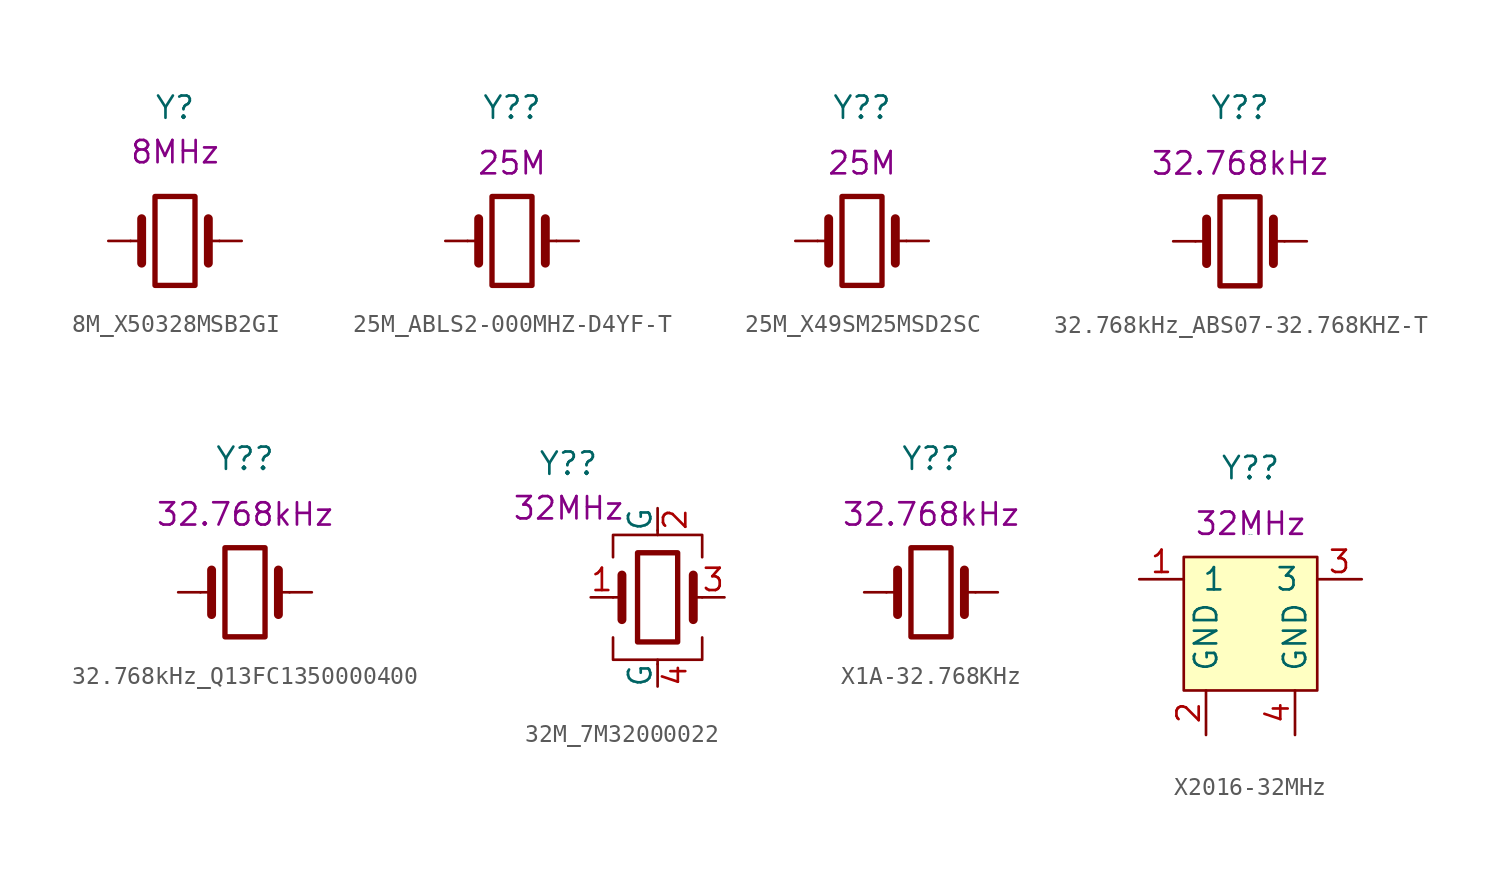
<source format=kicad_sym>
(kicad_symbol_lib
  (version 20231120)
  (generator "kicad_symbol_editor")
  (generator_version "8.0")
  (symbol "8M_X50328MSB2GI"
    (pin_numbers hide)
    (pin_names hide)
    (property "Reference" "Y"
      (at 0 7.62 0)
      (effects (font (size 1.27 1.27))))
    (property "UserValue" "8MHz"
      (at 0 5.08 0)
      (effects (font (size 1.27 1.27))))
    (symbol "8M_X50328MSB2GI_0_1"
      (rectangle (start -1.143 2.54) (end 1.143 -2.54) (stroke (width 0.305) (type default)) (fill (type none)))
      (polyline (pts (xy -2.54 0) (xy -1.905 0)) (stroke (width 0) (type default)) (fill (type none)))
      (polyline (pts (xy -1.905 -1.27) (xy -1.905 1.27)) (stroke (width 0.508) (type default)) (fill (type none)))
      (polyline (pts (xy 1.905 -1.27) (xy 1.905 1.27)) (stroke (width 0.508) (type default)) (fill (type none)))
      (polyline (pts (xy 2.54 0) (xy 1.905 0)) (stroke (width 0) (type default)) (fill (type none))))
    (symbol "8M_X50328MSB2GI_1_1"
      (pin passive line (at -3.81 0 0) (length 1.27) (name "1" (effects (font (size 1.27 1.27)))) (number "1" (effects (font (size 1.27 1.27)))))
      (pin passive line (at 3.81 0 180) (length 1.27) (name "2" (effects (font (size 1.27 1.27)))) (number "2" (effects (font (size 1.27 1.27)))))))
  (symbol "25M_ABLS2-000MHZ-D4YF-T"
    (pin_numbers hide)
    (pin_names
      (offset 1.016) hide)
    (property "Reference" "Y?"
      (at 0 7.62 0)
      (effects (font (size 1.27 1.27))))
    (property "Value" "25M_ABLS2-000MHZ-D4YF-T"
      (at 0 5.08 0)
      (effects (font (size 0.025 0.025))))
    (property "UserValue" "25M"
      (at 0 4.445 0)
      (effects (font (size 1.27 1.27))))
    (symbol "25M_ABLS2-000MHZ-D4YF-T_0_1"
      (rectangle (start -1.143 2.54) (end 1.143 -2.54) (stroke (width 0.305) (type default)) (fill (type none)))
      (polyline (pts (xy -2.54 0) (xy -1.905 0)) (stroke (width 0) (type default)) (fill (type none)))
      (polyline (pts (xy -1.905 -1.27) (xy -1.905 1.27)) (stroke (width 0.508) (type default)) (fill (type none)))
      (polyline (pts (xy 1.905 -1.27) (xy 1.905 1.27)) (stroke (width 0.508) (type default)) (fill (type none)))
      (polyline (pts (xy 2.54 0) (xy 1.905 0)) (stroke (width 0) (type default)) (fill (type none))))
    (symbol "25M_ABLS2-000MHZ-D4YF-T_1_1"
      (pin passive line (at -3.81 0 0) (length 1.27) (name "1" (effects (font (size 1.27 1.27)))) (number "1" (effects (font (size 1.27 1.27)))))
      (pin passive line (at 3.81 0 180) (length 1.27) (name "2" (effects (font (size 1.27 1.27)))) (number "2" (effects (font (size 1.27 1.27)))))))
  (symbol "25M_X49SM25MSD2SC"
    (pin_numbers hide)
    (pin_names
      (offset 1.016) hide)
    (property "Reference" "Y?"
      (at 0 7.62 0)
      (effects (font (size 1.27 1.27))))
    (property "Value" "25M_X49SM25MSD2SC"
      (at 0 5.08 0)
      (effects (font (size 0.025 0.025))))
    (property "UserValue" "25M"
      (at 0 4.445 0)
      (effects (font (size 1.27 1.27))))
    (symbol "25M_X49SM25MSD2SC_0_1"
      (rectangle (start -1.143 2.54) (end 1.143 -2.54) (stroke (width 0.305) (type default)) (fill (type none)))
      (polyline (pts (xy -2.54 0) (xy -1.905 0)) (stroke (width 0) (type default)) (fill (type none)))
      (polyline (pts (xy -1.905 -1.27) (xy -1.905 1.27)) (stroke (width 0.508) (type default)) (fill (type none)))
      (polyline (pts (xy 1.905 -1.27) (xy 1.905 1.27)) (stroke (width 0.508) (type default)) (fill (type none)))
      (polyline (pts (xy 2.54 0) (xy 1.905 0)) (stroke (width 0) (type default)) (fill (type none))))
    (symbol "25M_X49SM25MSD2SC_1_1"
      (pin passive line (at -3.81 0 0) (length 1.27) (name "1" (effects (font (size 1.27 1.27)))) (number "1" (effects (font (size 1.27 1.27)))))
      (pin passive line (at 3.81 0 180) (length 1.27) (name "2" (effects (font (size 1.27 1.27)))) (number "2" (effects (font (size 1.27 1.27)))))))
  (symbol "32.768kHz_ABS07-32.768KHZ-T"
    (pin_numbers hide)
    (pin_names
      (offset 1.016) hide)
    (property "Reference" "Y?"
      (at 0 7.62 0)
      (effects (font (size 1.27 1.27))))
    (property "Value" "32.768kHz_ABS07-32.768KHZ-T"
      (at 0 5.08 0)
      (effects (font (size 0.025 0.025))))
    (property "UserValue" "32.768kHz"
      (at 0 4.445 0)
      (effects (font (size 1.27 1.27))))
    (symbol "32.768kHz_ABS07-32.768KHZ-T_0_1"
      (rectangle (start -1.143 2.54) (end 1.143 -2.54) (stroke (width 0.305) (type default)) (fill (type none)))
      (polyline (pts (xy -2.54 0) (xy -1.905 0)) (stroke (width 0) (type default)) (fill (type none)))
      (polyline (pts (xy -1.905 -1.27) (xy -1.905 1.27)) (stroke (width 0.508) (type default)) (fill (type none)))
      (polyline (pts (xy 1.905 -1.27) (xy 1.905 1.27)) (stroke (width 0.508) (type default)) (fill (type none)))
      (polyline (pts (xy 2.54 0) (xy 1.905 0)) (stroke (width 0) (type default)) (fill (type none))))
    (symbol "32.768kHz_ABS07-32.768KHZ-T_1_1"
      (pin passive line (at -3.81 0 0) (length 1.27) (name "1" (effects (font (size 1.27 1.27)))) (number "1" (effects (font (size 1.27 1.27)))))
      (pin passive line (at 3.81 0 180) (length 1.27) (name "2" (effects (font (size 1.27 1.27)))) (number "2" (effects (font (size 1.27 1.27)))))))
  (symbol "32.768kHz_Q13FC1350000400"
    (pin_numbers hide)
    (pin_names
      (offset 1.016) hide)
    (property "Reference" "Y?"
      (at 0 7.62 0)
      (effects (font (size 1.27 1.27))))
    (property "UserValue" "32.768kHz"
      (at 0 4.445 0)
      (effects (font (size 1.27 1.27))))
    (symbol "32.768kHz_Q13FC1350000400_0_1"
      (rectangle (start -1.143 2.54) (end 1.143 -2.54) (stroke (width 0.305) (type default)) (fill (type none)))
      (polyline (pts (xy -2.54 0) (xy -1.905 0)) (stroke (width 0) (type default)) (fill (type none)))
      (polyline (pts (xy -1.905 -1.27) (xy -1.905 1.27)) (stroke (width 0.508) (type default)) (fill (type none)))
      (polyline (pts (xy 1.905 -1.27) (xy 1.905 1.27)) (stroke (width 0.508) (type default)) (fill (type none)))
      (polyline (pts (xy 2.54 0) (xy 1.905 0)) (stroke (width 0) (type default)) (fill (type none))))
    (symbol "32.768kHz_Q13FC1350000400_1_1"
      (pin passive line (at -3.81 0 0) (length 1.27) (name "1" (effects (font (size 1.27 1.27)))) (number "1" (effects (font (size 1.27 1.27)))))
      (pin passive line (at 3.81 0 180) (length 1.27) (name "2" (effects (font (size 1.27 1.27)))) (number "2" (effects (font (size 1.27 1.27)))))))
  (symbol "32M_7M32000022"
    (pin_names
      (offset 0))
    (property "Reference" "Y?"
      (at -5.08 7.62 0)
      (effects (font (size 1.27 1.27))))
    (property "UserValue" "32MHz"
      (at -5.08 5.08 0)
      (effects (font (size 1.27 1.27))))
    (symbol "32M_7M32000022_0_1"
      (rectangle (start -1.143 2.54) (end 1.143 -2.54) (stroke (width 0.305) (type default)) (fill (type none)))
      (polyline (pts (xy -2.54 0) (xy -2.032 0)) (stroke (width 0) (type default)) (fill (type none)))
      (polyline (pts (xy -2.032 -1.27) (xy -2.032 1.27)) (stroke (width 0.508) (type default)) (fill (type none)))
      (polyline (pts (xy 0 -3.81) (xy 0 -3.556)) (stroke (width 0) (type default)) (fill (type none)))
      (polyline (pts (xy 0 3.556) (xy 0 3.81)) (stroke (width 0) (type default)) (fill (type none)))
      (polyline (pts (xy 2.032 -1.27) (xy 2.032 1.27)) (stroke (width 0.508) (type default)) (fill (type none)))
      (polyline (pts (xy 2.032 0) (xy 2.54 0)) (stroke (width 0) (type default)) (fill (type none)))
      (polyline (pts (xy -2.54 -2.286) (xy -2.54 -3.556) (xy 2.54 -3.556) (xy 2.54 -2.286)) (stroke (width 0) (type default)) (fill (type none)))
      (polyline (pts (xy -2.54 2.286) (xy -2.54 3.556) (xy 2.54 3.556) (xy 2.54 2.286)) (stroke (width 0) (type default)) (fill (type none))))
    (symbol "32M_7M32000022_1_1"
      (pin passive line (at -3.81 0 0) (length 1.27) (name "" (effects (font (size 1.27 1.27)))) (number "1" (effects (font (size 1.27 1.27)))))
      (pin passive line (at 0 5.08 270) (length 1.27) (name "G" (effects (font (size 1.27 1.27)))) (number "2" (effects (font (size 1.27 1.27)))))
      (pin passive line (at 3.81 0 180) (length 1.27) (name "" (effects (font (size 1.27 1.27)))) (number "3" (effects (font (size 1.27 1.27)))))
      (pin passive line (at 0 -5.08 90) (length 1.27) (name "G" (effects (font (size 1.27 1.27)))) (number "4" (effects (font (size 1.27 1.27)))))))
  (symbol "X1A-32.768KHz"
    (pin_numbers hide)
    (pin_names
      (offset 1.016) hide)
    (property "Reference" "Y?"
      (at 0 7.62 0)
      (effects (font (size 1.27 1.27))))
    (property "Value" "X1A-32.768KHz"
      (at 0 5.08 0)
      (effects (font (size 0.025 0.025))))
    (property "UserValue" "32.768kHz"
      (at 0 4.445 0)
      (effects (font (size 1.27 1.27))))
    (symbol "X1A-32.768KHz_0_1"
      (rectangle (start -1.143 2.54) (end 1.143 -2.54) (stroke (width 0.305) (type default)) (fill (type none)))
      (polyline (pts (xy -2.54 0) (xy -1.905 0)) (stroke (width 0) (type default)) (fill (type none)))
      (polyline (pts (xy -1.905 -1.27) (xy -1.905 1.27)) (stroke (width 0.508) (type default)) (fill (type none)))
      (polyline (pts (xy 1.905 -1.27) (xy 1.905 1.27)) (stroke (width 0.508) (type default)) (fill (type none)))
      (polyline (pts (xy 2.54 0) (xy 1.905 0)) (stroke (width 0) (type default)) (fill (type none))))
    (symbol "X1A-32.768KHz_1_1"
      (pin passive line (at -3.81 0 0) (length 1.27) (name "1" (effects (font (size 1.27 1.27)))) (number "1" (effects (font (size 1.27 1.27)))))
      (pin passive line (at 3.81 0 180) (length 1.27) (name "2" (effects (font (size 1.27 1.27)))) (number "2" (effects (font (size 1.27 1.27)))))))
  (symbol "X2016-32MHz"
    (pin_names
      (offset 1.016))
    (property "Reference" "Y?"
      (at 0 8.89 0)
      (effects (font (size 1.27 1.27))))
    (property "Value" "X2016-32MHz"
      (at 0 5.08 0)
      (effects (font (size 0.025 0.025))))
    (property "UserValue" "32MHz"
      (at 0 5.715 0)
      (effects (font (size 1.27 1.27))))
    (symbol "X2016-32MHz_0_1"
      (rectangle (start 3.81 3.81) (end -3.81 -3.81) (stroke (width 0) (type default)) (fill (type background))))
    (symbol "X2016-32MHz_1_1"
      (pin passive line (at -6.35 2.54 0) (length 2.54) (name "1" (effects (font (size 1.27 1.27)))) (number "1" (effects (font (size 1.27 1.27)))))
      (pin power_in line (at -2.54 -6.35 90) (length 2.54) (name "GND" (effects (font (size 1.27 1.27)))) (number "2" (effects (font (size 1.27 1.27)))))
      (pin passive line (at 6.35 2.54 180) (length 2.54) (name "3" (effects (font (size 1.27 1.27)))) (number "3" (effects (font (size 1.27 1.27)))))
      (pin power_in line (at 2.54 -6.35 90) (length 2.54) (name "GND" (effects (font (size 1.27 1.27)))) (number "4" (effects (font (size 1.27 1.27))))))))
</source>
